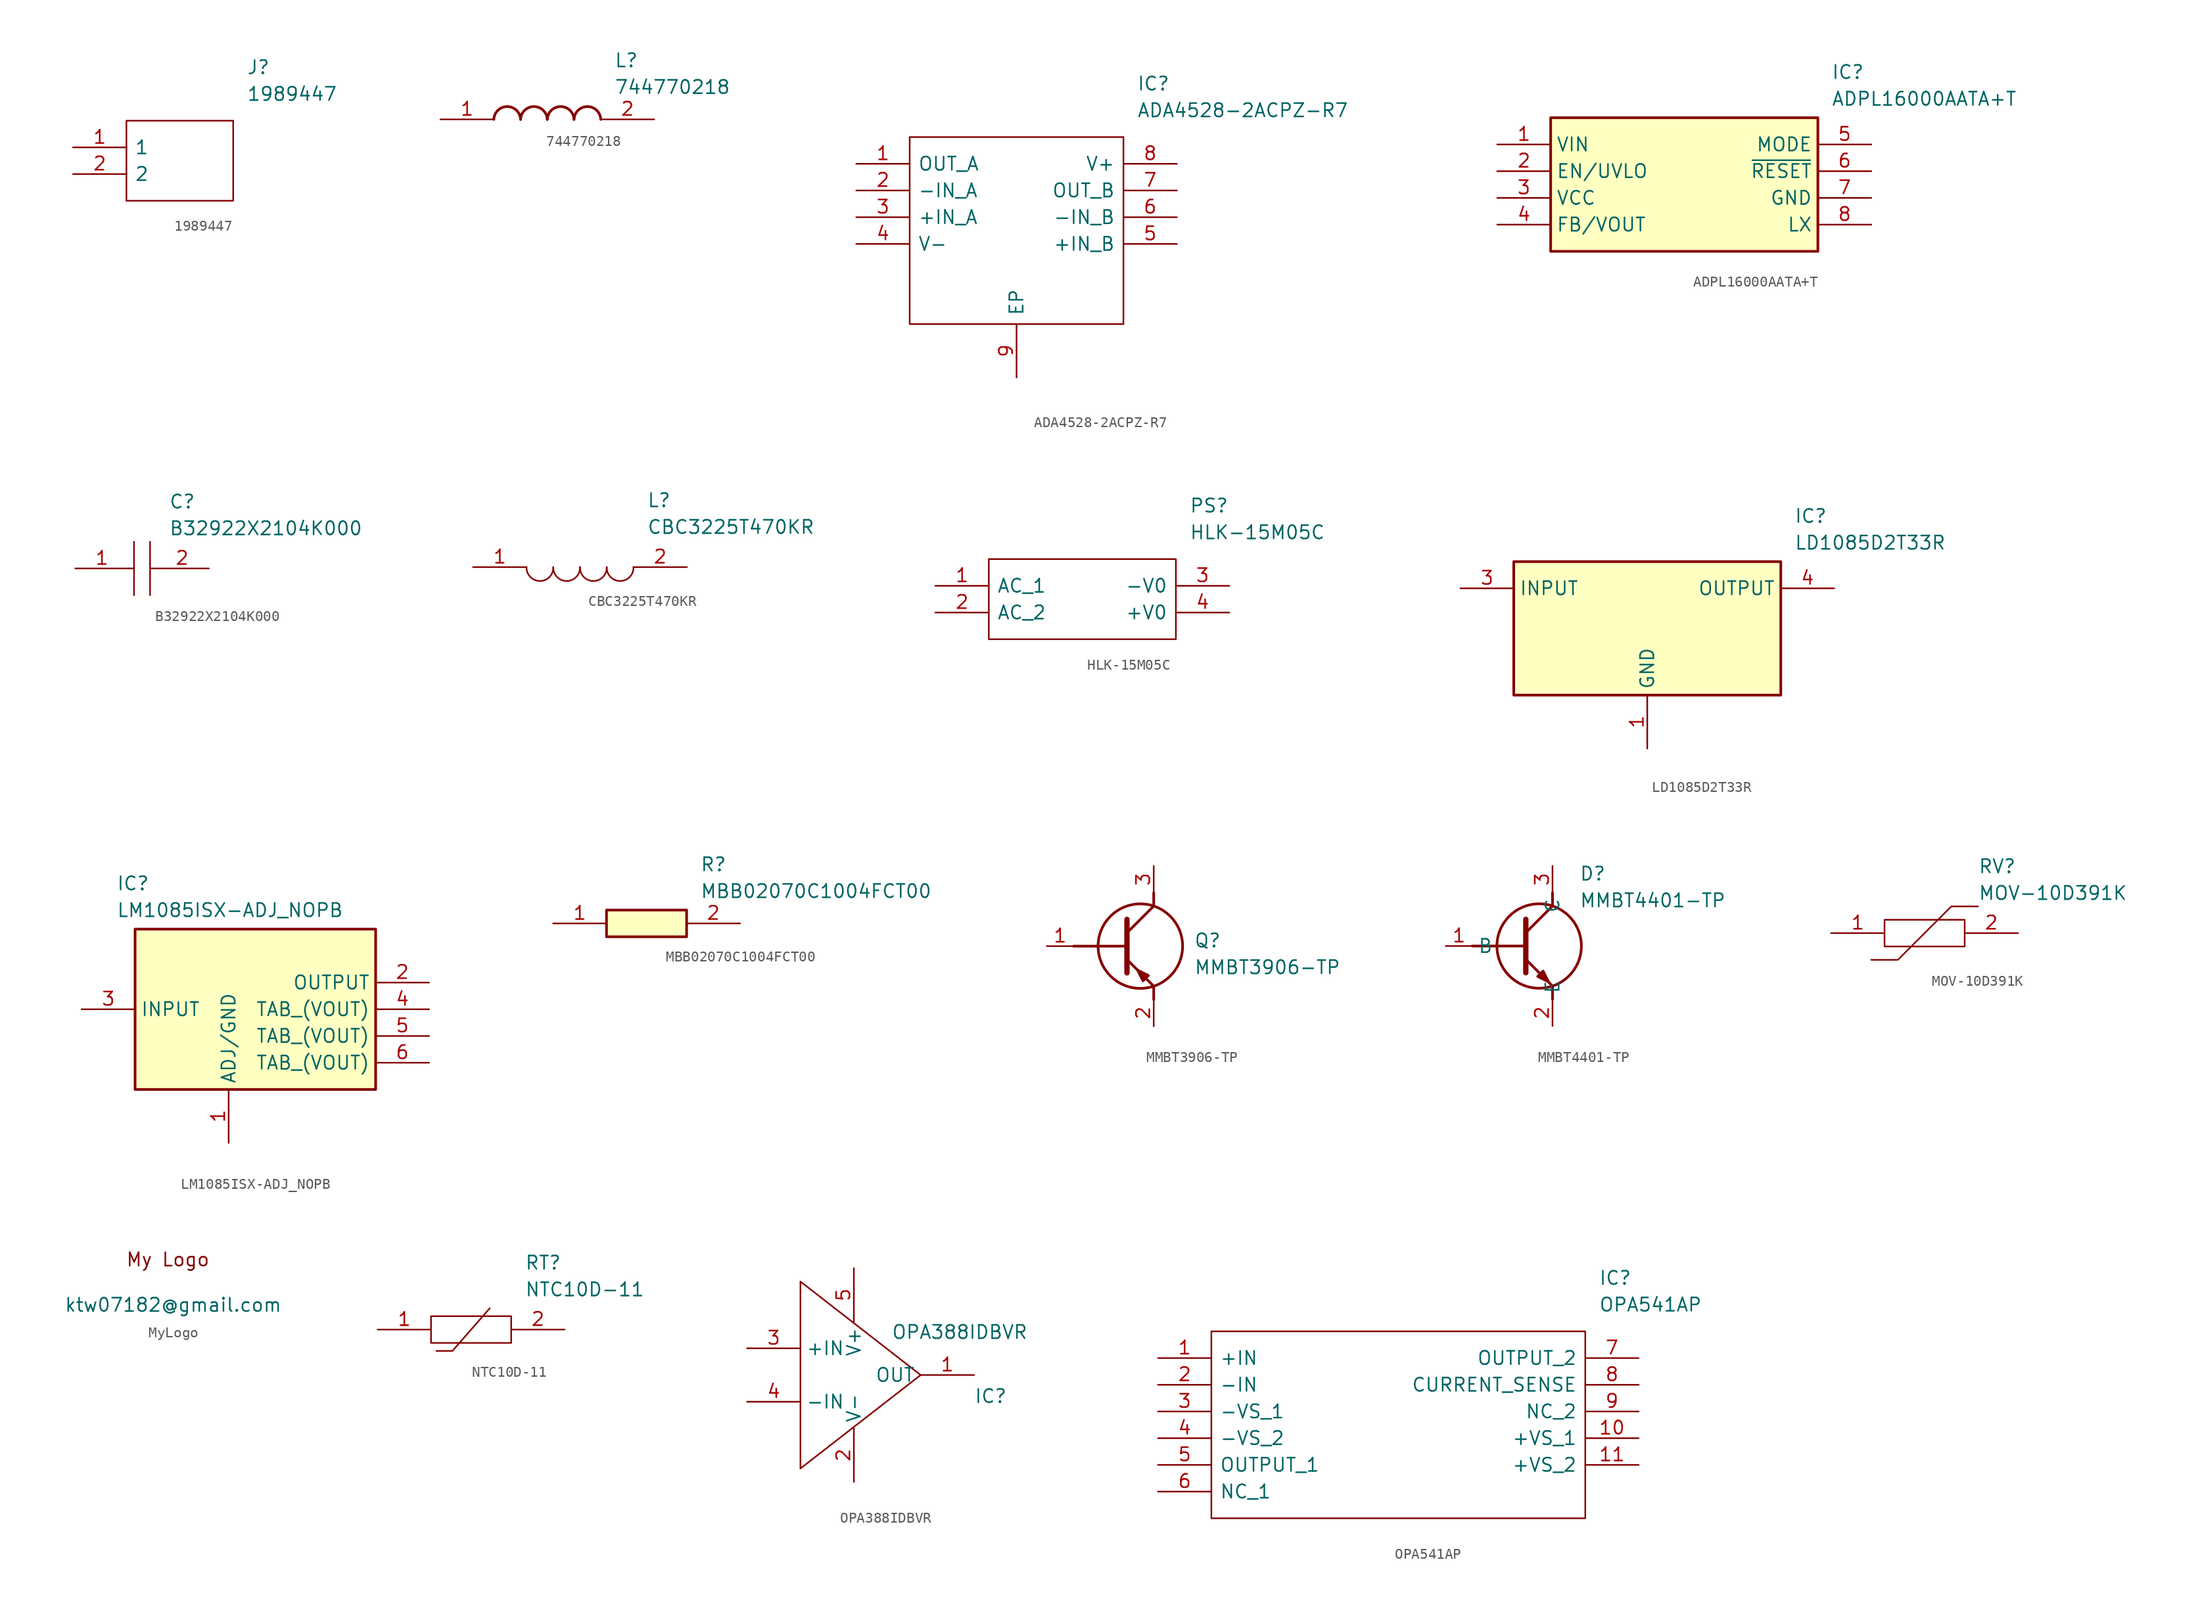
<source format=kicad_sym>
(kicad_symbol_lib
  (version 20231120)
  (generator "kicad_symbol_editor")
  (generator_version "8.0")
  (symbol "1989447"
    (pin_names
      (offset 0.762))
    (property "Reference" "J"
      (at 16.51 7.62 0)
      (effects (font (size 1.27 1.27)) (justify left)))
    (property "Value" "1989447"
      (at 16.51 5.08 0)
      (effects (font (size 1.27 1.27)) (justify left)))
    (symbol "1989447_0_0"
      (pin passive line (at 0 0 0) (length 5.08) (name "1" (effects (font (size 1.27 1.27)))) (number "1" (effects (font (size 1.27 1.27)))))
      (pin passive line (at 0 -2.54 0) (length 5.08) (name "2" (effects (font (size 1.27 1.27)))) (number "2" (effects (font (size 1.27 1.27))))))
    (symbol "1989447_0_1"
      (polyline (pts (xy 5.08 2.54) (xy 15.24 2.54) (xy 15.24 -5.08) (xy 5.08 -5.08) (xy 5.08 2.54)) (stroke (width 0.152) (type solid)) (fill (type none)))))
  (symbol "744770218"
    (pin_names hide)
    (property "Reference" "L"
      (at 16.51 6.35 0)
      (effects (font (size 1.27 1.27)) (justify left top)))
    (property "Value" "744770218"
      (at 16.51 3.81 0)
      (effects (font (size 1.27 1.27)) (justify left top)))
    (symbol "744770218_1_1"
      (arc (start 7.62 0) (mid 6.35 1.219) (end 5.08 0) (stroke (width 0.254) (type default)) (fill (type none)))
      (arc (start 10.16 0) (mid 8.89 1.219) (end 7.62 0) (stroke (width 0.254) (type default)) (fill (type none)))
      (arc (start 12.7 0) (mid 11.43 1.219) (end 10.16 0) (stroke (width 0.254) (type default)) (fill (type none)))
      (arc (start 15.24 0) (mid 13.97 1.219) (end 12.7 0) (stroke (width 0.254) (type default)) (fill (type none)))
      (pin passive line (at 0 0 0) (length 5.08) (name "1" (effects (font (size 1.27 1.27)))) (number "1" (effects (font (size 1.27 1.27)))))
      (pin passive line (at 20.32 0 180) (length 5.08) (name "2" (effects (font (size 1.27 1.27)))) (number "2" (effects (font (size 1.27 1.27)))))))
  (symbol "ADA4528-2ACPZ-R7"
    (pin_names
      (offset 0.762))
    (property "Reference" "IC"
      (at 26.67 7.62 0)
      (effects (font (size 1.27 1.27)) (justify left)))
    (property "Value" "ADA4528-2ACPZ-R7"
      (at 26.67 5.08 0)
      (effects (font (size 1.27 1.27)) (justify left)))
    (symbol "ADA4528-2ACPZ-R7_0_0"
      (pin output line (at 0 0 0) (length 5.08) (name "OUT_A" (effects (font (size 1.27 1.27)))) (number "1" (effects (font (size 1.27 1.27)))))
      (pin input line (at 0 -2.54 0) (length 5.08) (name "-IN_A" (effects (font (size 1.27 1.27)))) (number "2" (effects (font (size 1.27 1.27)))))
      (pin input line (at 0 -5.08 0) (length 5.08) (name "+IN_A" (effects (font (size 1.27 1.27)))) (number "3" (effects (font (size 1.27 1.27)))))
      (pin power_in line (at 0 -7.62 0) (length 5.08) (name "V-" (effects (font (size 1.27 1.27)))) (number "4" (effects (font (size 1.27 1.27)))))
      (pin input line (at 30.48 -7.62 180) (length 5.08) (name "+IN_B" (effects (font (size 1.27 1.27)))) (number "5" (effects (font (size 1.27 1.27)))))
      (pin input line (at 30.48 -5.08 180) (length 5.08) (name "-IN_B" (effects (font (size 1.27 1.27)))) (number "6" (effects (font (size 1.27 1.27)))))
      (pin output line (at 30.48 -2.54 180) (length 5.08) (name "OUT_B" (effects (font (size 1.27 1.27)))) (number "7" (effects (font (size 1.27 1.27)))))
      (pin power_in line (at 30.48 0 180) (length 5.08) (name "V+" (effects (font (size 1.27 1.27)))) (number "8" (effects (font (size 1.27 1.27)))))
      (pin power_in line (at 15.24 -20.32 90) (length 5.08) (name "EP" (effects (font (size 1.27 1.27)))) (number "9" (effects (font (size 1.27 1.27))))))
    (symbol "ADA4528-2ACPZ-R7_0_1"
      (polyline (pts (xy 5.08 2.54) (xy 25.4 2.54) (xy 25.4 -15.24) (xy 5.08 -15.24) (xy 5.08 2.54)) (stroke (width 0.152) (type solid)) (fill (type none)))))
  (symbol "ADPL16000AATA+T"
    (property "Reference" "IC"
      (at 31.75 7.62 0)
      (effects (font (size 1.27 1.27)) (justify left top)))
    (property "Value" "ADPL16000AATA+T"
      (at 31.75 5.08 0)
      (effects (font (size 1.27 1.27)) (justify left top)))
    (symbol "ADPL16000AATA+T_1_1"
      (rectangle (start 5.08 2.54) (end 30.48 -10.16) (stroke (width 0.254) (type default)) (fill (type background)))
      (pin passive line (at 0 0 0) (length 5.08) (name "VIN" (effects (font (size 1.27 1.27)))) (number "1" (effects (font (size 1.27 1.27)))))
      (pin passive line (at 0 -2.54 0) (length 5.08) (name "EN/UVLO" (effects (font (size 1.27 1.27)))) (number "2" (effects (font (size 1.27 1.27)))))
      (pin passive line (at 0 -5.08 0) (length 5.08) (name "VCC" (effects (font (size 1.27 1.27)))) (number "3" (effects (font (size 1.27 1.27)))))
      (pin passive line (at 0 -7.62 0) (length 5.08) (name "FB/VOUT" (effects (font (size 1.27 1.27)))) (number "4" (effects (font (size 1.27 1.27)))))
      (pin passive line (at 35.56 0 180) (length 5.08) (name "MODE" (effects (font (size 1.27 1.27)))) (number "5" (effects (font (size 1.27 1.27)))))
      (pin passive line (at 35.56 -2.54 180) (length 5.08) (name "~{RESET}" (effects (font (size 1.27 1.27)))) (number "6" (effects (font (size 1.27 1.27)))))
      (pin passive line (at 35.56 -5.08 180) (length 5.08) (name "GND" (effects (font (size 1.27 1.27)))) (number "7" (effects (font (size 1.27 1.27)))))
      (pin passive line (at 35.56 -7.62 180) (length 5.08) (name "LX" (effects (font (size 1.27 1.27)))) (number "8" (effects (font (size 1.27 1.27)))))))
  (symbol "B32922X2104K000"
    (pin_names
      (offset 0.762))
    (property "Reference" "C"
      (at 8.89 6.35 0)
      (effects (font (size 1.27 1.27)) (justify left)))
    (property "Value" "B32922X2104K000"
      (at 8.89 3.81 0)
      (effects (font (size 1.27 1.27)) (justify left)))
    (symbol "B32922X2104K000_0_0"
      (pin passive line (at 0 0 0) (length 5.08) (name "~" (effects (font (size 1.27 1.27)))) (number "1" (effects (font (size 1.27 1.27)))))
      (pin passive line (at 12.7 0 180) (length 5.08) (name "~" (effects (font (size 1.27 1.27)))) (number "2" (effects (font (size 1.27 1.27))))))
    (symbol "B32922X2104K000_0_1"
      (polyline (pts (xy 5.08 0) (xy 5.588 0)) (stroke (width 0.152) (type solid)) (fill (type none)))
      (polyline (pts (xy 5.588 2.54) (xy 5.588 -2.54)) (stroke (width 0.152) (type solid)) (fill (type none)))
      (polyline (pts (xy 7.112 0) (xy 7.62 0)) (stroke (width 0.152) (type solid)) (fill (type none)))
      (polyline (pts (xy 7.112 2.54) (xy 7.112 -2.54)) (stroke (width 0.152) (type solid)) (fill (type none)))))
  (symbol "CBC3225T470KR"
    (pin_names
      (offset 0.762))
    (property "Reference" "L"
      (at 16.51 6.35 0)
      (effects (font (size 1.27 1.27)) (justify left)))
    (property "Value" "CBC3225T470KR"
      (at 16.51 3.81 0)
      (effects (font (size 1.27 1.27)) (justify left)))
    (symbol "CBC3225T470KR_0_0"
      (pin passive line (at 0 0 0) (length 5.08) (name "~" (effects (font (size 1.27 1.27)))) (number "1" (effects (font (size 1.27 1.27)))))
      (pin passive line (at 20.32 0 180) (length 5.08) (name "~" (effects (font (size 1.27 1.27)))) (number "2" (effects (font (size 1.27 1.27))))))
    (symbol "CBC3225T470KR_0_1"
      (arc (start 5.08 0) (mid 6.35 -1.3218) (end 7.62 0) (stroke (width 0.1524) (type solid)) (fill (type none)))
      (arc (start 7.62 0) (mid 8.89 -1.3218) (end 10.16 0) (stroke (width 0.1524) (type solid)) (fill (type none)))
      (arc (start 10.16 0) (mid 11.43 -1.3218) (end 12.7 0) (stroke (width 0.1524) (type solid)) (fill (type none)))
      (arc (start 12.7 0) (mid 13.97 -1.3218) (end 15.24 0) (stroke (width 0.1524) (type solid)) (fill (type none)))))
  (symbol "HLK-15M05C"
    (pin_names
      (offset 0.762))
    (property "Reference" "PS"
      (at 24.13 7.62 0)
      (effects (font (size 1.27 1.27)) (justify left)))
    (property "Value" "HLK-15M05C"
      (at 24.13 5.08 0)
      (effects (font (size 1.27 1.27)) (justify left)))
    (symbol "HLK-15M05C_0_0"
      (pin passive line (at 0 0 0) (length 5.08) (name "AC_1" (effects (font (size 1.27 1.27)))) (number "1" (effects (font (size 1.27 1.27)))))
      (pin passive line (at 0 -2.54 0) (length 5.08) (name "AC_2" (effects (font (size 1.27 1.27)))) (number "2" (effects (font (size 1.27 1.27)))))
      (pin passive line (at 27.94 0 180) (length 5.08) (name "-V0" (effects (font (size 1.27 1.27)))) (number "3" (effects (font (size 1.27 1.27)))))
      (pin passive line (at 27.94 -2.54 180) (length 5.08) (name "+V0" (effects (font (size 1.27 1.27)))) (number "4" (effects (font (size 1.27 1.27))))))
    (symbol "HLK-15M05C_0_1"
      (polyline (pts (xy 5.08 2.54) (xy 22.86 2.54) (xy 22.86 -5.08) (xy 5.08 -5.08) (xy 5.08 2.54)) (stroke (width 0.152) (type solid)) (fill (type none)))))
  (symbol "LD1085D2T33R"
    (property "Reference" "IC"
      (at 31.75 7.62 0)
      (effects (font (size 1.27 1.27)) (justify left top)))
    (property "Value" "LD1085D2T33R"
      (at 31.75 5.08 0)
      (effects (font (size 1.27 1.27)) (justify left top)))
    (symbol "LD1085D2T33R_1_1"
      (rectangle (start 5.08 2.54) (end 30.48 -10.16) (stroke (width 0.254) (type default)) (fill (type background)))
      (pin power_in line (at 17.78 -15.24 90) (length 5.08) (name "GND" (effects (font (size 1.27 1.27)))) (number "1" (effects (font (size 1.27 1.27)))))
      (pin input line (at 0 0 0) (length 5.08) (name "INPUT" (effects (font (size 1.27 1.27)))) (number "3" (effects (font (size 1.27 1.27)))))
      (pin output line (at 35.56 0 180) (length 5.08) (name "OUTPUT" (effects (font (size 1.27 1.27)))) (number "4" (effects (font (size 1.27 1.27)))))))
  (symbol "LM1085ISX-ADJ_NOPB"
    (property "Reference" "IC"
      (at -13.208 13.97 0)
      (effects (font (size 1.27 1.27)) (justify left top)))
    (property "Value" "LM1085ISX-ADJ_NOPB"
      (at -13.208 11.43 0)
      (effects (font (size 1.27 1.27)) (justify left top)))
    (symbol "LM1085ISX-ADJ_NOPB_1_1"
      (rectangle (start -11.43 8.89) (end 11.43 -6.35) (stroke (width 0.254) (type default)) (fill (type background)))
      (pin passive line (at -2.54 -11.43 90) (length 5.08) (name "ADJ/GND" (effects (font (size 1.27 1.27)))) (number "1" (effects (font (size 1.27 1.27)))))
      (pin passive line (at 16.51 3.81 180) (length 5.08) (name "OUTPUT" (effects (font (size 1.27 1.27)))) (number "2" (effects (font (size 1.27 1.27)))))
      (pin passive line (at -16.51 1.27 0) (length 5.08) (name "INPUT" (effects (font (size 1.27 1.27)))) (number "3" (effects (font (size 1.27 1.27)))))
      (pin passive line (at 16.51 1.27 180) (length 5.08) (name "TAB_(VOUT)" (effects (font (size 1.27 1.27)))) (number "4" (effects (font (size 1.27 1.27)))))
      (pin passive line (at 16.51 -1.27 180) (length 5.08) (name "TAB_(VOUT)" (effects (font (size 1.27 1.27)))) (number "5" (effects (font (size 1.27 1.27)))))
      (pin passive line (at 16.51 -3.81 180) (length 5.08) (name "TAB_(VOUT)" (effects (font (size 1.27 1.27)))) (number "6" (effects (font (size 1.27 1.27)))))))
  (symbol "MBB02070C1004FCT00"
    (pin_names hide)
    (property "Reference" "R"
      (at 13.97 6.35 0)
      (effects (font (size 1.27 1.27)) (justify left top)))
    (property "Value" "MBB02070C1004FCT00"
      (at 13.97 3.81 0)
      (effects (font (size 1.27 1.27)) (justify left top)))
    (symbol "MBB02070C1004FCT00_1_1"
      (rectangle (start 5.08 1.27) (end 12.7 -1.27) (stroke (width 0.254) (type default)) (fill (type background)))
      (pin passive line (at 0 0 0) (length 5.08) (name "1" (effects (font (size 1.27 1.27)))) (number "1" (effects (font (size 1.27 1.27)))))
      (pin passive line (at 17.78 0 180) (length 5.08) (name "2" (effects (font (size 1.27 1.27)))) (number "2" (effects (font (size 1.27 1.27)))))))
  (symbol "MMBT3906-TP"
    (pin_names hide)
    (property "Reference" "Q"
      (at 13.97 1.27 0)
      (effects (font (size 1.27 1.27)) (justify left top)))
    (property "Value" "MMBT3906-TP"
      (at 13.97 -1.27 0)
      (effects (font (size 1.27 1.27)) (justify left top)))
    (symbol "MMBT3906-TP_1_1"
      (polyline (pts (xy 2.54 0) (xy 7.62 0)) (stroke (width 0.254) (type default)) (fill (type none)))
      (polyline (pts (xy 7.62 -1.27) (xy 10.16 -3.81)) (stroke (width 0.254) (type default)) (fill (type none)))
      (polyline (pts (xy 7.62 1.27) (xy 10.16 3.81)) (stroke (width 0.254) (type default)) (fill (type none)))
      (polyline (pts (xy 7.62 2.54) (xy 7.62 -2.54)) (stroke (width 0.508) (type default)) (fill (type none)))
      (polyline (pts (xy 10.16 -3.81) (xy 10.16 -5.08)) (stroke (width 0.254) (type default)) (fill (type none)))
      (polyline (pts (xy 10.16 3.81) (xy 10.16 5.08)) (stroke (width 0.254) (type default)) (fill (type none)))
      (polyline (pts (xy 9.652 -2.794) (xy 9.144 -3.302) (xy 8.636 -2.286) (xy 9.652 -2.794)) (stroke (width 0.254) (type default)) (fill (type outline)))
      (circle (center 8.89 0) (radius 4.016) (stroke (width 0.254) (type default)) (fill (type none)))
      (pin passive line (at 0 0 0) (length 2.54) (name "B" (effects (font (size 1.27 1.27)))) (number "1" (effects (font (size 1.27 1.27)))))
      (pin passive line (at 10.16 -7.62 90) (length 2.54) (name "E" (effects (font (size 1.27 1.27)))) (number "2" (effects (font (size 1.27 1.27)))))
      (pin passive line (at 10.16 7.62 270) (length 2.54) (name "C" (effects (font (size 1.27 1.27)))) (number "3" (effects (font (size 1.27 1.27)))))))
  (symbol "MMBT4401-TP"
    (property "Reference" "D"
      (at 5.08 7.62 0)
      (effects (font (size 1.27 1.27)) (justify left top)))
    (property "Value" "MMBT4401-TP"
      (at 5.08 5.08 0)
      (effects (font (size 1.27 1.27)) (justify left top)))
    (symbol "MMBT4401-TP_1_1"
      (polyline (pts (xy -5.08 0) (xy 0 0)) (stroke (width 0.254) (type default)) (fill (type none)))
      (polyline (pts (xy 0 -1.27) (xy 2.54 -3.81)) (stroke (width 0.254) (type default)) (fill (type none)))
      (polyline (pts (xy 0 1.27) (xy 2.54 3.81)) (stroke (width 0.254) (type default)) (fill (type none)))
      (polyline (pts (xy 0 2.54) (xy 0 -2.54)) (stroke (width 0.508) (type default)) (fill (type none)))
      (polyline (pts (xy 2.54 -3.81) (xy 2.54 -5.08)) (stroke (width 0.254) (type default)) (fill (type none)))
      (polyline (pts (xy 2.54 3.81) (xy 2.54 5.08)) (stroke (width 0.254) (type default)) (fill (type none)))
      (polyline (pts (xy 1.134 -2.893) (xy 1.642 -2.385) (xy 2.15 -3.401) (xy 1.134 -2.893)) (stroke (width 0.254) (type default)) (fill (type outline)))
      (circle (center 1.27 0) (radius 4.016) (stroke (width 0.254) (type default)) (fill (type none)))
      (pin passive line (at -7.62 0 0) (length 2.54) (name "B" (effects (font (size 1.27 1.27)))) (number "1" (effects (font (size 1.27 1.27)))))
      (pin passive line (at 2.54 -7.62 90) (length 2.54) (name "E" (effects (font (size 1.27 1.27)))) (number "2" (effects (font (size 1.27 1.27)))))
      (pin passive line (at 2.54 7.62 270) (length 2.54) (name "C" (effects (font (size 1.27 1.27)))) (number "3" (effects (font (size 1.27 1.27)))))))
  (symbol "MOV-10D391K"
    (pin_names
      (offset 0.762))
    (property "Reference" "RV"
      (at 13.97 6.35 0)
      (effects (font (size 1.27 1.27)) (justify left)))
    (property "Value" "MOV-10D391K"
      (at 13.97 3.81 0)
      (effects (font (size 1.27 1.27)) (justify left)))
    (symbol "MOV-10D391K_0_0"
      (pin passive line (at 0 0 0) (length 5.08) (name "~" (effects (font (size 1.27 1.27)))) (number "1" (effects (font (size 1.27 1.27)))))
      (pin passive line (at 17.78 0 180) (length 5.08) (name "~" (effects (font (size 1.27 1.27)))) (number "2" (effects (font (size 1.27 1.27))))))
    (symbol "MOV-10D391K_0_1"
      (polyline (pts (xy 3.81 -2.54) (xy 6.35 -2.54) (xy 11.43 2.54) (xy 13.97 2.54)) (stroke (width 0.152) (type solid)) (fill (type none)))
      (polyline (pts (xy 5.08 1.27) (xy 12.7 1.27) (xy 12.7 -1.27) (xy 5.08 -1.27) (xy 5.08 1.27)) (stroke (width 0.152) (type solid)) (fill (type none)))))
  (symbol "MyLogo"
    (pin_numbers hide)
    (pin_names
      (offset 0) hide)
    (property "Reference" "Symbol"
      (at 0 0 0)
      (effects (font (size 1.27 1.27)) (hide yes)))
    (property "Value" "ktw07182@gmail.com"
      (at -0.254 -1.778 0)
      (effects (font (size 1.27 1.27))))
    (symbol "MyLogo_1_1"
      (text "My Logo" (at -0.762 2.54 0) (effects (font (size 1.27 1.27))))))
  (symbol "NTC10D-11"
    (pin_names
      (offset 0.762))
    (property "Reference" "RT"
      (at 13.97 6.35 0)
      (effects (font (size 1.27 1.27)) (justify left)))
    (property "Value" "NTC10D-11"
      (at 13.97 3.81 0)
      (effects (font (size 1.27 1.27)) (justify left)))
    (symbol "NTC10D-11_0_0"
      (pin passive line (at 0 0 0) (length 5.08) (name "~" (effects (font (size 1.27 1.27)))) (number "1" (effects (font (size 1.27 1.27)))))
      (pin passive line (at 17.78 0 180) (length 5.08) (name "~" (effects (font (size 1.27 1.27)))) (number "2" (effects (font (size 1.27 1.27))))))
    (symbol "NTC10D-11_0_1"
      (polyline (pts (xy 5.588 -2.032) (xy 7.112 -2.032) (xy 10.668 2.032)) (stroke (width 0.152) (type solid)) (fill (type none)))
      (polyline (pts (xy 5.08 1.27) (xy 12.7 1.27) (xy 12.7 -1.27) (xy 5.08 -1.27) (xy 5.08 1.27)) (stroke (width 0.152) (type solid)) (fill (type none)))))
  (symbol "OPA388IDBVR"
    (property "Reference" "IC"
      (at 13.97 -1.27 0)
      (effects (font (size 1.27 1.27)) (justify left top)))
    (property "Value" "OPA388IDBVR"
      (at 6.096 4.826 0)
      (effects (font (size 1.27 1.27)) (justify left top)))
    (symbol "OPA388IDBVR_0_1"
      (polyline (pts (xy -2.54 6.35) (xy -2.54 -8.89) (xy 8.89 0) (xy -2.54 8.89) (xy -2.54 6.35)) (stroke (width 0) (type default)) (fill (type none))))
    (symbol "OPA388IDBVR_1_1"
      (pin output line (at 13.97 0 180) (length 5.08) (name "OUT" (effects (font (size 1.27 1.27)))) (number "1" (effects (font (size 1.27 1.27)))))
      (pin power_in line (at 2.54 -10.16 90) (length 5.08) (name "V-" (effects (font (size 1.27 1.27)))) (number "2" (effects (font (size 1.27 1.27)))))
      (pin input line (at -7.62 2.54 0) (length 5.08) (name "+IN" (effects (font (size 1.27 1.27)))) (number "3" (effects (font (size 1.27 1.27)))))
      (pin input line (at -7.62 -2.54 0) (length 5.08) (name "-IN" (effects (font (size 1.27 1.27)))) (number "4" (effects (font (size 1.27 1.27)))))
      (pin power_in line (at 2.54 10.16 270) (length 5.08) (name "V+" (effects (font (size 1.27 1.27)))) (number "5" (effects (font (size 1.27 1.27)))))))
  (symbol "OPA541AP"
    (pin_names
      (offset 0.762))
    (property "Reference" "IC"
      (at 41.91 7.62 0)
      (effects (font (size 1.27 1.27)) (justify left)))
    (property "Value" "OPA541AP"
      (at 41.91 5.08 0)
      (effects (font (size 1.27 1.27)) (justify left)))
    (symbol "OPA541AP_0_0"
      (pin passive line (at 0 0 0) (length 5.08) (name "+IN" (effects (font (size 1.27 1.27)))) (number "1" (effects (font (size 1.27 1.27)))))
      (pin passive line (at 45.72 -7.62 180) (length 5.08) (name "+VS_1" (effects (font (size 1.27 1.27)))) (number "10" (effects (font (size 1.27 1.27)))))
      (pin passive line (at 45.72 -10.16 180) (length 5.08) (name "+VS_2" (effects (font (size 1.27 1.27)))) (number "11" (effects (font (size 1.27 1.27)))))
      (pin passive line (at 0 -2.54 0) (length 5.08) (name "-IN" (effects (font (size 1.27 1.27)))) (number "2" (effects (font (size 1.27 1.27)))))
      (pin passive line (at 0 -5.08 0) (length 5.08) (name "-VS_1" (effects (font (size 1.27 1.27)))) (number "3" (effects (font (size 1.27 1.27)))))
      (pin passive line (at 0 -7.62 0) (length 5.08) (name "-VS_2" (effects (font (size 1.27 1.27)))) (number "4" (effects (font (size 1.27 1.27)))))
      (pin passive line (at 0 -10.16 0) (length 5.08) (name "OUTPUT_1" (effects (font (size 1.27 1.27)))) (number "5" (effects (font (size 1.27 1.27)))))
      (pin passive line (at 0 -12.7 0) (length 5.08) (name "NC_1" (effects (font (size 1.27 1.27)))) (number "6" (effects (font (size 1.27 1.27)))))
      (pin passive line (at 45.72 0 180) (length 5.08) (name "OUTPUT_2" (effects (font (size 1.27 1.27)))) (number "7" (effects (font (size 1.27 1.27)))))
      (pin passive line (at 45.72 -2.54 180) (length 5.08) (name "CURRENT_SENSE" (effects (font (size 1.27 1.27)))) (number "8" (effects (font (size 1.27 1.27)))))
      (pin passive line (at 45.72 -5.08 180) (length 5.08) (name "NC_2" (effects (font (size 1.27 1.27)))) (number "9" (effects (font (size 1.27 1.27))))))
    (symbol "OPA541AP_0_1"
      (polyline (pts (xy 5.08 2.54) (xy 40.64 2.54) (xy 40.64 -15.24) (xy 5.08 -15.24) (xy 5.08 2.54)) (stroke (width 0.152) (type solid)) (fill (type none))))))
</source>
